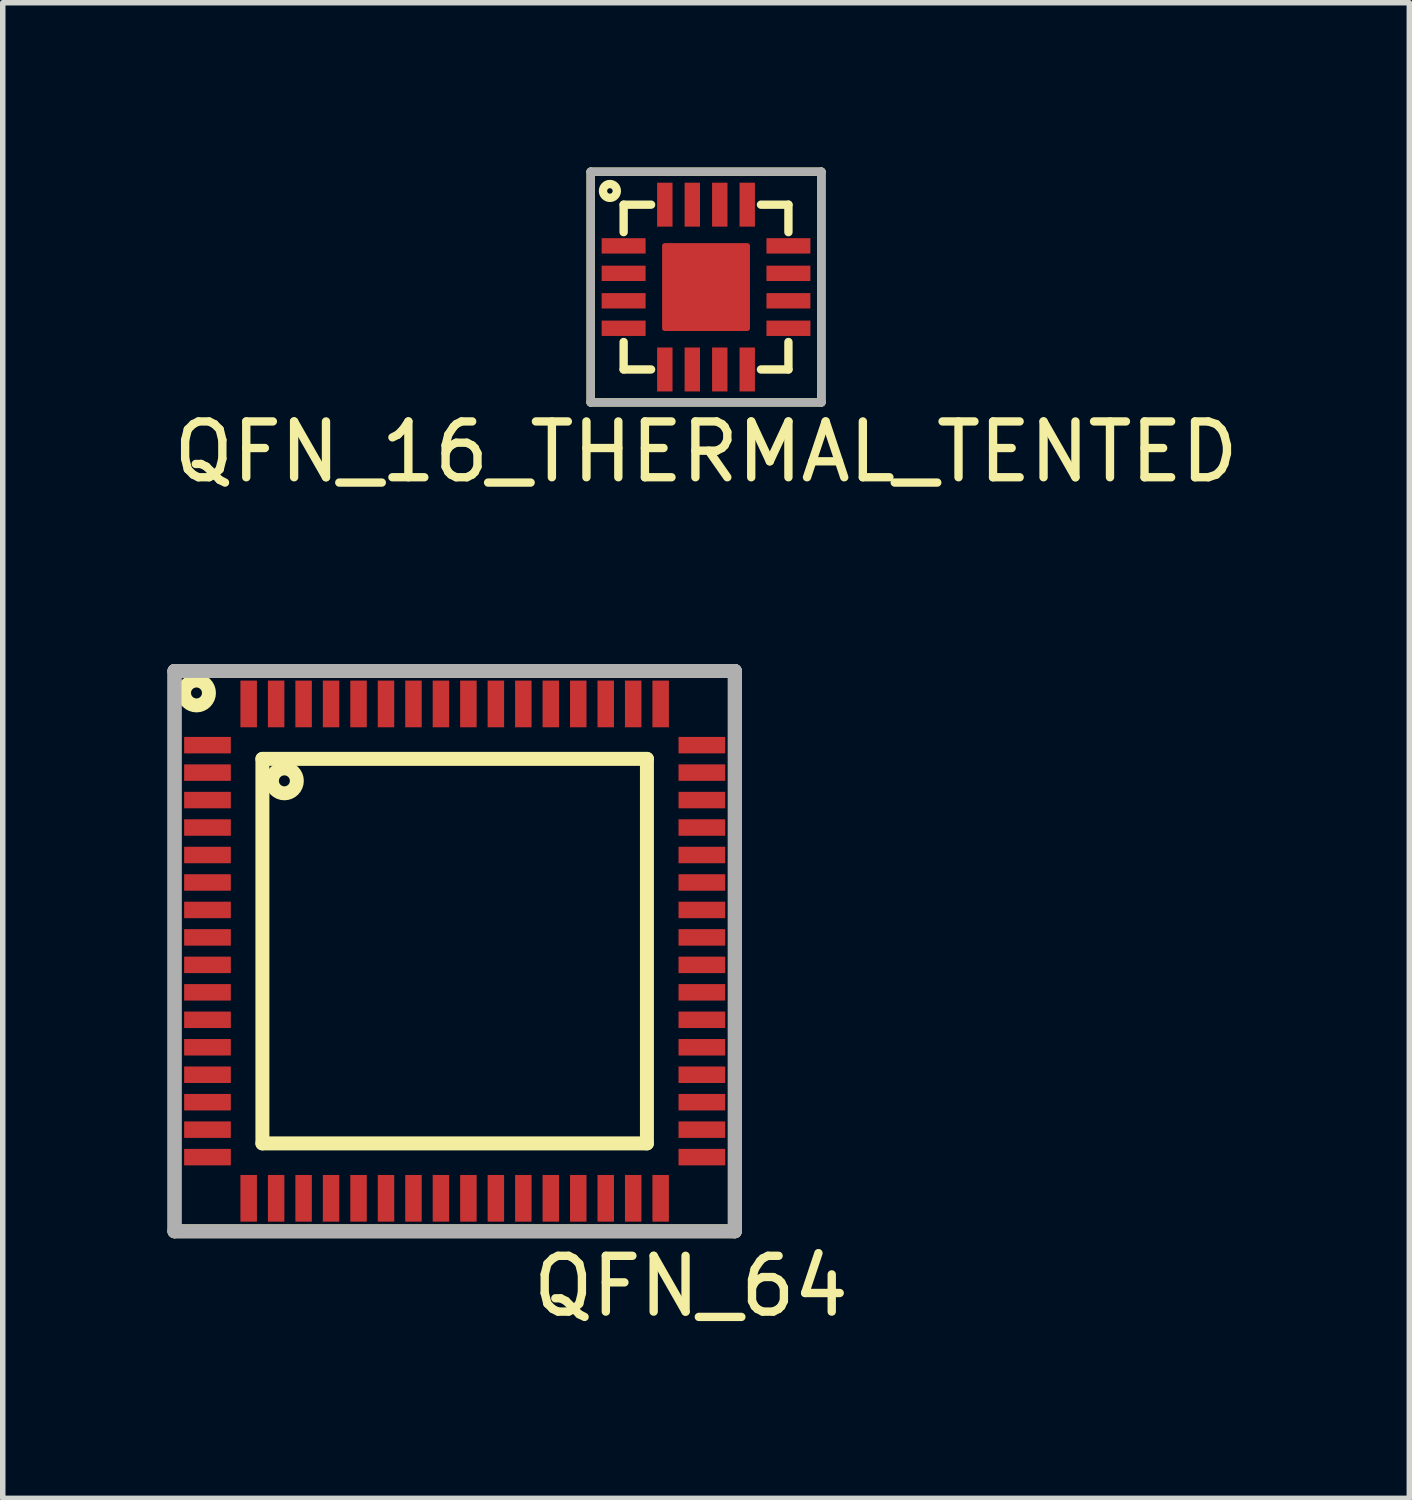
<source format=kicad_pcb>
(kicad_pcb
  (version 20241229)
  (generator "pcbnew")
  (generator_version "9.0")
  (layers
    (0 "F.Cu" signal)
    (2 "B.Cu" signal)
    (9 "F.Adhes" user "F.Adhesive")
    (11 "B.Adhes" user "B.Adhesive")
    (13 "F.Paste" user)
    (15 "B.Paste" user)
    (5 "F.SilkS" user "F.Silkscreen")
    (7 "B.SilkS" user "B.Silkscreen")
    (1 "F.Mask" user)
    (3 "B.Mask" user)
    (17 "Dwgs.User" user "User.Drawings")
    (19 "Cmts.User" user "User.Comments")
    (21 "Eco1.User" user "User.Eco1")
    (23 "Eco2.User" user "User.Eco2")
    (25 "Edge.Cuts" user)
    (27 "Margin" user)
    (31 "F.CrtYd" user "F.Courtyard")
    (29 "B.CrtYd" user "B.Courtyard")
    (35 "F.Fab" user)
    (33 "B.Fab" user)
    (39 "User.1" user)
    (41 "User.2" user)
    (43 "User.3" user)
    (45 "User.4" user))
  (footprint "QFN_16_THERMAL_TENTED"
    (layer "F.Cu")
    (at 9.803 2.176)
    (property "Reference" "QFN_16_THERMAL_TENTED" (at 0 3 0) (layer "F.SilkS") (effects (font (size 1.016 1.016) (thickness 0.152))))
    (attr smd)
    (fp_poly (pts (xy 0.75 -0.75) (xy 0.75 0.75) (xy -0.75 0.75) (xy -0.75 -0.75)) (stroke (width 0.1) (type solid)) (fill yes) (layer "F.Cu"))
    (fp_poly (pts (xy -0.75 -0.75) (xy 0.75 -0.75) (xy 0.75 0.75) (xy -0.75 0.75)) (stroke (width 0.1) (type solid)) (fill yes) (layer "F.Mask"))
    (fp_line (start -2.1 -2.1) (end 2.1 -2.1) (stroke (width 0.152) (type solid)) (layer "F.SilkS"))
    (fp_line (start -2.1 2.1) (end -2.1 -2.1) (stroke (width 0.152) (type solid)) (layer "F.SilkS"))
    (fp_line (start -1.5 -1.5) (end -1 -1.5) (stroke (width 0.152) (type solid)) (layer "F.SilkS"))
    (fp_line (start -1.5 -1) (end -1.5 -1.5) (stroke (width 0.152) (type solid)) (layer "F.SilkS"))
    (fp_line (start -1.5 1.5) (end -1.5 1) (stroke (width 0.152) (type solid)) (layer "F.SilkS"))
    (fp_line (start -1 1.5) (end -1.5 1.5) (stroke (width 0.152) (type solid)) (layer "F.SilkS"))
    (fp_line (start 1 -1.5) (end 1.5 -1.5) (stroke (width 0.152) (type solid)) (layer "F.SilkS"))
    (fp_line (start 1 1.5) (end 1.5 1.5) (stroke (width 0.152) (type solid)) (layer "F.SilkS"))
    (fp_line (start 1.5 -1.5) (end 1.5 -1) (stroke (width 0.152) (type solid)) (layer "F.SilkS"))
    (fp_line (start 1.5 1.5) (end 1.5 1) (stroke (width 0.152) (type solid)) (layer "F.SilkS"))
    (fp_line (start 2.1 -2.1) (end 2.1 2.1) (stroke (width 0.152) (type solid)) (layer "F.SilkS"))
    (fp_line (start 2.1 2.1) (end -2.1 2.1) (stroke (width 0.152) (type solid)) (layer "F.SilkS"))
    (fp_circle (center -1.75 -1.75) (end -1.75 -1.7) (stroke (width 0.152) (type solid)) (fill no) (layer "F.SilkS"))
    (fp_line (start -2.1 -2.1) (end 2.1 -2.1) (stroke (width 0.152) (type solid)) (layer "F.Fab"))
    (fp_line (start -2.1 2.1) (end -2.1 -2.1) (stroke (width 0.152) (type solid)) (layer "F.Fab"))
    (fp_line (start 2.1 -2.1) (end 2.1 2.1) (stroke (width 0.152) (type solid)) (layer "F.Fab"))
    (fp_line (start 2.1 2.1) (end -2.1 2.1) (stroke (width 0.152) (type solid)) (layer "F.Fab"))
    (pad "1" smd rect (at -1.5 -0.75) (size 0.8 0.28) (layers "F.Cu" "F.Mask" "F.Paste"))
    (pad "2" smd rect (at -1.5 -0.25) (size 0.8 0.28) (layers "F.Cu" "F.Mask" "F.Paste"))
    (pad "3" smd rect (at -1.5 0.25) (size 0.8 0.28) (layers "F.Cu" "F.Mask" "F.Paste"))
    (pad "4" smd rect (at -1.5 0.75) (size 0.8 0.28) (layers "F.Cu" "F.Mask" "F.Paste"))
    (pad "5" smd rect (at -0.75 1.5 90) (size 0.8 0.28) (layers "F.Cu" "F.Mask" "F.Paste"))
    (pad "6" smd rect (at -0.25 1.5 90) (size 0.8 0.28) (layers "F.Cu" "F.Mask" "F.Paste"))
    (pad "7" smd rect (at 0.25 1.5 90) (size 0.8 0.28) (layers "F.Cu" "F.Mask" "F.Paste"))
    (pad "8" smd rect (at 0.75 1.5 90) (size 0.8 0.28) (layers "F.Cu" "F.Mask" "F.Paste"))
    (pad "9" smd rect (at 1.5 0.75) (size 0.8 0.28) (layers "F.Cu" "F.Mask" "F.Paste"))
    (pad "10" smd rect (at 1.5 0.25) (size 0.8 0.28) (layers "F.Cu" "F.Mask" "F.Paste"))
    (pad "11" smd rect (at 1.5 -0.25) (size 0.8 0.28) (layers "F.Cu" "F.Mask" "F.Paste"))
    (pad "12" smd rect (at 1.5 -0.75) (size 0.8 0.28) (layers "F.Cu" "F.Mask" "F.Paste"))
    (pad "13" smd rect (at 0.75 -1.5 90) (size 0.8 0.28) (layers "F.Cu" "F.Mask" "F.Paste"))
    (pad "14" smd rect (at 0.25 -1.5 90) (size 0.8 0.28) (layers "F.Cu" "F.Mask" "F.Paste"))
    (pad "15" smd rect (at -0.25 -1.5 90) (size 0.8 0.28) (layers "F.Cu" "F.Mask" "F.Paste"))
    (pad "16" smd rect (at -0.75 -1.5 90) (size 0.8 0.28) (layers "F.Cu" "F.Mask" "F.Paste")))
  (footprint "QFN_64"
    (layer "F.Cu")
    (at 0.727 9.765)
    (property "Reference" "QFN_64" (at 8.8 10.6 0) (layer "F.SilkS") (effects (font (size 1.016 1.016) (thickness 0.152))))
    (attr smd)
    (fp_line (start -0.6 -0.6) (end -0.6 9.6) (stroke (width 0.254) (type solid)) (layer "F.SilkS"))
    (fp_line (start -0.6 9.6) (end 9.6 9.6) (stroke (width 0.254) (type solid)) (layer "F.SilkS"))
    (fp_line (start 1 1) (end 1 8) (stroke (width 0.254) (type solid)) (layer "F.SilkS"))
    (fp_line (start 1 8) (end 8 8) (stroke (width 0.254) (type solid)) (layer "F.SilkS"))
    (fp_line (start 8 1) (end 1 1) (stroke (width 0.254) (type solid)) (layer "F.SilkS"))
    (fp_line (start 8 8) (end 8 1) (stroke (width 0.254) (type solid)) (layer "F.SilkS"))
    (fp_line (start 9.6 -0.6) (end -0.6 -0.6) (stroke (width 0.254) (type solid)) (layer "F.SilkS"))
    (fp_line (start 9.6 9.6) (end 9.6 -0.6) (stroke (width 0.254) (type solid)) (layer "F.SilkS"))
    (fp_circle (center -0.2 -0.2) (end -0.2 -0.1) (stroke (width 0.254) (type solid)) (fill no) (layer "F.SilkS"))
    (fp_circle (center 1.4 1.4) (end 1.4 1.5) (stroke (width 0.254) (type solid)) (fill no) (layer "F.SilkS"))
    (fp_line (start -0.6 -0.6) (end -0.6 9.6) (stroke (width 0.254) (type solid)) (layer "F.Fab"))
    (fp_line (start -0.6 9.6) (end 9.6 9.6) (stroke (width 0.254) (type solid)) (layer "F.Fab"))
    (fp_line (start 9.6 -0.6) (end -0.6 -0.6) (stroke (width 0.254) (type solid)) (layer "F.Fab"))
    (fp_line (start 9.6 9.6) (end 9.6 -0.6) (stroke (width 0.254) (type solid)) (layer "F.Fab"))
    (pad "1" smd rect (at 0 0.75 90) (size 0.3 0.85) (layers "F.Cu" "F.Mask" "F.Paste"))
    (pad "2" smd rect (at 0 1.25 90) (size 0.3 0.85) (layers "F.Cu" "F.Mask" "F.Paste"))
    (pad "3" smd rect (at 0 1.75 90) (size 0.3 0.85) (layers "F.Cu" "F.Mask" "F.Paste"))
    (pad "4" smd rect (at 0 2.25 90) (size 0.3 0.85) (layers "F.Cu" "F.Mask" "F.Paste"))
    (pad "5" smd rect (at 0 2.75 90) (size 0.3 0.85) (layers "F.Cu" "F.Mask" "F.Paste"))
    (pad "6" smd rect (at 0 3.25 90) (size 0.3 0.85) (layers "F.Cu" "F.Mask" "F.Paste"))
    (pad "7" smd rect (at 0 3.75 90) (size 0.3 0.85) (layers "F.Cu" "F.Mask" "F.Paste"))
    (pad "8" smd rect (at 0 4.25 90) (size 0.3 0.85) (layers "F.Cu" "F.Mask" "F.Paste"))
    (pad "9" smd rect (at 0 4.75 90) (size 0.3 0.85) (layers "F.Cu" "F.Mask" "F.Paste"))
    (pad "10" smd rect (at 0 5.25 90) (size 0.3 0.85) (layers "F.Cu" "F.Mask" "F.Paste"))
    (pad "11" smd rect (at 0 5.75 90) (size 0.3 0.85) (layers "F.Cu" "F.Mask" "F.Paste"))
    (pad "12" smd rect (at 0 6.25 90) (size 0.3 0.85) (layers "F.Cu" "F.Mask" "F.Paste"))
    (pad "13" smd rect (at 0 6.75 90) (size 0.3 0.85) (layers "F.Cu" "F.Mask" "F.Paste"))
    (pad "14" smd rect (at 0 7.25 90) (size 0.3 0.85) (layers "F.Cu" "F.Mask" "F.Paste"))
    (pad "15" smd rect (at 0 7.75 90) (size 0.3 0.85) (layers "F.Cu" "F.Mask" "F.Paste"))
    (pad "16" smd rect (at 0 8.25 90) (size 0.3 0.85) (layers "F.Cu" "F.Mask" "F.Paste"))
    (pad "17" smd rect (at 0.75 9) (size 0.3 0.85) (layers "F.Cu" "F.Mask" "F.Paste"))
    (pad "18" smd rect (at 1.25 9) (size 0.3 0.85) (layers "F.Cu" "F.Mask" "F.Paste"))
    (pad "19" smd rect (at 1.75 9) (size 0.3 0.85) (layers "F.Cu" "F.Mask" "F.Paste"))
    (pad "20" smd rect (at 2.25 9) (size 0.3 0.85) (layers "F.Cu" "F.Mask" "F.Paste"))
    (pad "21" smd rect (at 2.75 9) (size 0.3 0.85) (layers "F.Cu" "F.Mask" "F.Paste"))
    (pad "22" smd rect (at 3.25 9) (size 0.3 0.85) (layers "F.Cu" "F.Mask" "F.Paste"))
    (pad "23" smd rect (at 3.75 9) (size 0.3 0.85) (layers "F.Cu" "F.Mask" "F.Paste"))
    (pad "24" smd rect (at 4.25 9) (size 0.3 0.85) (layers "F.Cu" "F.Mask" "F.Paste"))
    (pad "25" smd rect (at 4.75 9) (size 0.3 0.85) (layers "F.Cu" "F.Mask" "F.Paste"))
    (pad "26" smd rect (at 5.25 9) (size 0.3 0.85) (layers "F.Cu" "F.Mask" "F.Paste"))
    (pad "27" smd rect (at 5.75 9) (size 0.3 0.85) (layers "F.Cu" "F.Mask" "F.Paste"))
    (pad "28" smd rect (at 6.25 9) (size 0.3 0.85) (layers "F.Cu" "F.Mask" "F.Paste"))
    (pad "29" smd rect (at 6.75 9) (size 0.3 0.85) (layers "F.Cu" "F.Mask" "F.Paste"))
    (pad "30" smd rect (at 7.25 9) (size 0.3 0.85) (layers "F.Cu" "F.Mask" "F.Paste"))
    (pad "31" smd rect (at 7.75 9) (size 0.3 0.85) (layers "F.Cu" "F.Mask" "F.Paste"))
    (pad "32" smd rect (at 8.25 9) (size 0.3 0.85) (layers "F.Cu" "F.Mask" "F.Paste"))
    (pad "33" smd rect (at 9 8.25 90) (size 0.3 0.85) (layers "F.Cu" "F.Mask" "F.Paste"))
    (pad "34" smd rect (at 9 7.75 90) (size 0.3 0.85) (layers "F.Cu" "F.Mask" "F.Paste"))
    (pad "35" smd rect (at 9 7.25 90) (size 0.3 0.85) (layers "F.Cu" "F.Mask" "F.Paste"))
    (pad "36" smd rect (at 9 6.75 90) (size 0.3 0.85) (layers "F.Cu" "F.Mask" "F.Paste"))
    (pad "37" smd rect (at 9 6.25 90) (size 0.3 0.85) (layers "F.Cu" "F.Mask" "F.Paste"))
    (pad "38" smd rect (at 9 5.75 90) (size 0.3 0.85) (layers "F.Cu" "F.Mask" "F.Paste"))
    (pad "39" smd rect (at 9 5.25 90) (size 0.3 0.85) (layers "F.Cu" "F.Mask" "F.Paste"))
    (pad "40" smd rect (at 9 4.75 90) (size 0.3 0.85) (layers "F.Cu" "F.Mask" "F.Paste"))
    (pad "41" smd rect (at 9 4.25 90) (size 0.3 0.85) (layers "F.Cu" "F.Mask" "F.Paste"))
    (pad "42" smd rect (at 9 3.75 90) (size 0.3 0.85) (layers "F.Cu" "F.Mask" "F.Paste"))
    (pad "43" smd rect (at 9 3.25 90) (size 0.3 0.85) (layers "F.Cu" "F.Mask" "F.Paste"))
    (pad "44" smd rect (at 9 2.75 90) (size 0.3 0.85) (layers "F.Cu" "F.Mask" "F.Paste"))
    (pad "45" smd rect (at 9 2.25 90) (size 0.3 0.85) (layers "F.Cu" "F.Mask" "F.Paste"))
    (pad "46" smd rect (at 9 1.75 90) (size 0.3 0.85) (layers "F.Cu" "F.Mask" "F.Paste"))
    (pad "47" smd rect (at 9 1.25 90) (size 0.3 0.85) (layers "F.Cu" "F.Mask" "F.Paste"))
    (pad "48" smd rect (at 9 0.75 90) (size 0.3 0.85) (layers "F.Cu" "F.Mask" "F.Paste"))
    (pad "49" smd rect (at 8.25 0) (size 0.3 0.85) (layers "F.Cu" "F.Mask" "F.Paste"))
    (pad "50" smd rect (at 7.75 0) (size 0.3 0.85) (layers "F.Cu" "F.Mask" "F.Paste"))
    (pad "51" smd rect (at 7.25 0) (size 0.3 0.85) (layers "F.Cu" "F.Mask" "F.Paste"))
    (pad "52" smd rect (at 6.75 0) (size 0.3 0.85) (layers "F.Cu" "F.Mask" "F.Paste"))
    (pad "53" smd rect (at 6.25 0) (size 0.3 0.85) (layers "F.Cu" "F.Mask" "F.Paste"))
    (pad "54" smd rect (at 5.75 0) (size 0.3 0.85) (layers "F.Cu" "F.Mask" "F.Paste"))
    (pad "55" smd rect (at 5.25 0) (size 0.3 0.85) (layers "F.Cu" "F.Mask" "F.Paste"))
    (pad "56" smd rect (at 4.75 0) (size 0.3 0.85) (layers "F.Cu" "F.Mask" "F.Paste"))
    (pad "57" smd rect (at 4.25 0) (size 0.3 0.85) (layers "F.Cu" "F.Mask" "F.Paste"))
    (pad "58" smd rect (at 3.75 0) (size 0.3 0.85) (layers "F.Cu" "F.Mask" "F.Paste"))
    (pad "59" smd rect (at 3.25 0) (size 0.3 0.85) (layers "F.Cu" "F.Mask" "F.Paste"))
    (pad "60" smd rect (at 2.75 0) (size 0.3 0.85) (layers "F.Cu" "F.Mask" "F.Paste"))
    (pad "61" smd rect (at 2.25 0) (size 0.3 0.85) (layers "F.Cu" "F.Mask" "F.Paste"))
    (pad "62" smd rect (at 1.75 0) (size 0.3 0.85) (layers "F.Cu" "F.Mask" "F.Paste"))
    (pad "63" smd rect (at 1.25 0) (size 0.3 0.85) (layers "F.Cu" "F.Mask" "F.Paste"))
    (pad "64" smd rect (at 0.75 0) (size 0.3 0.85) (layers "F.Cu" "F.Mask" "F.Paste")))
  (gr_rect
    (start -3 -3)
    (end 22.606 24.227)
    (stroke (width 0.1) (type default))
    (fill no)
    (layer "Edge.Cuts")))
</source>
